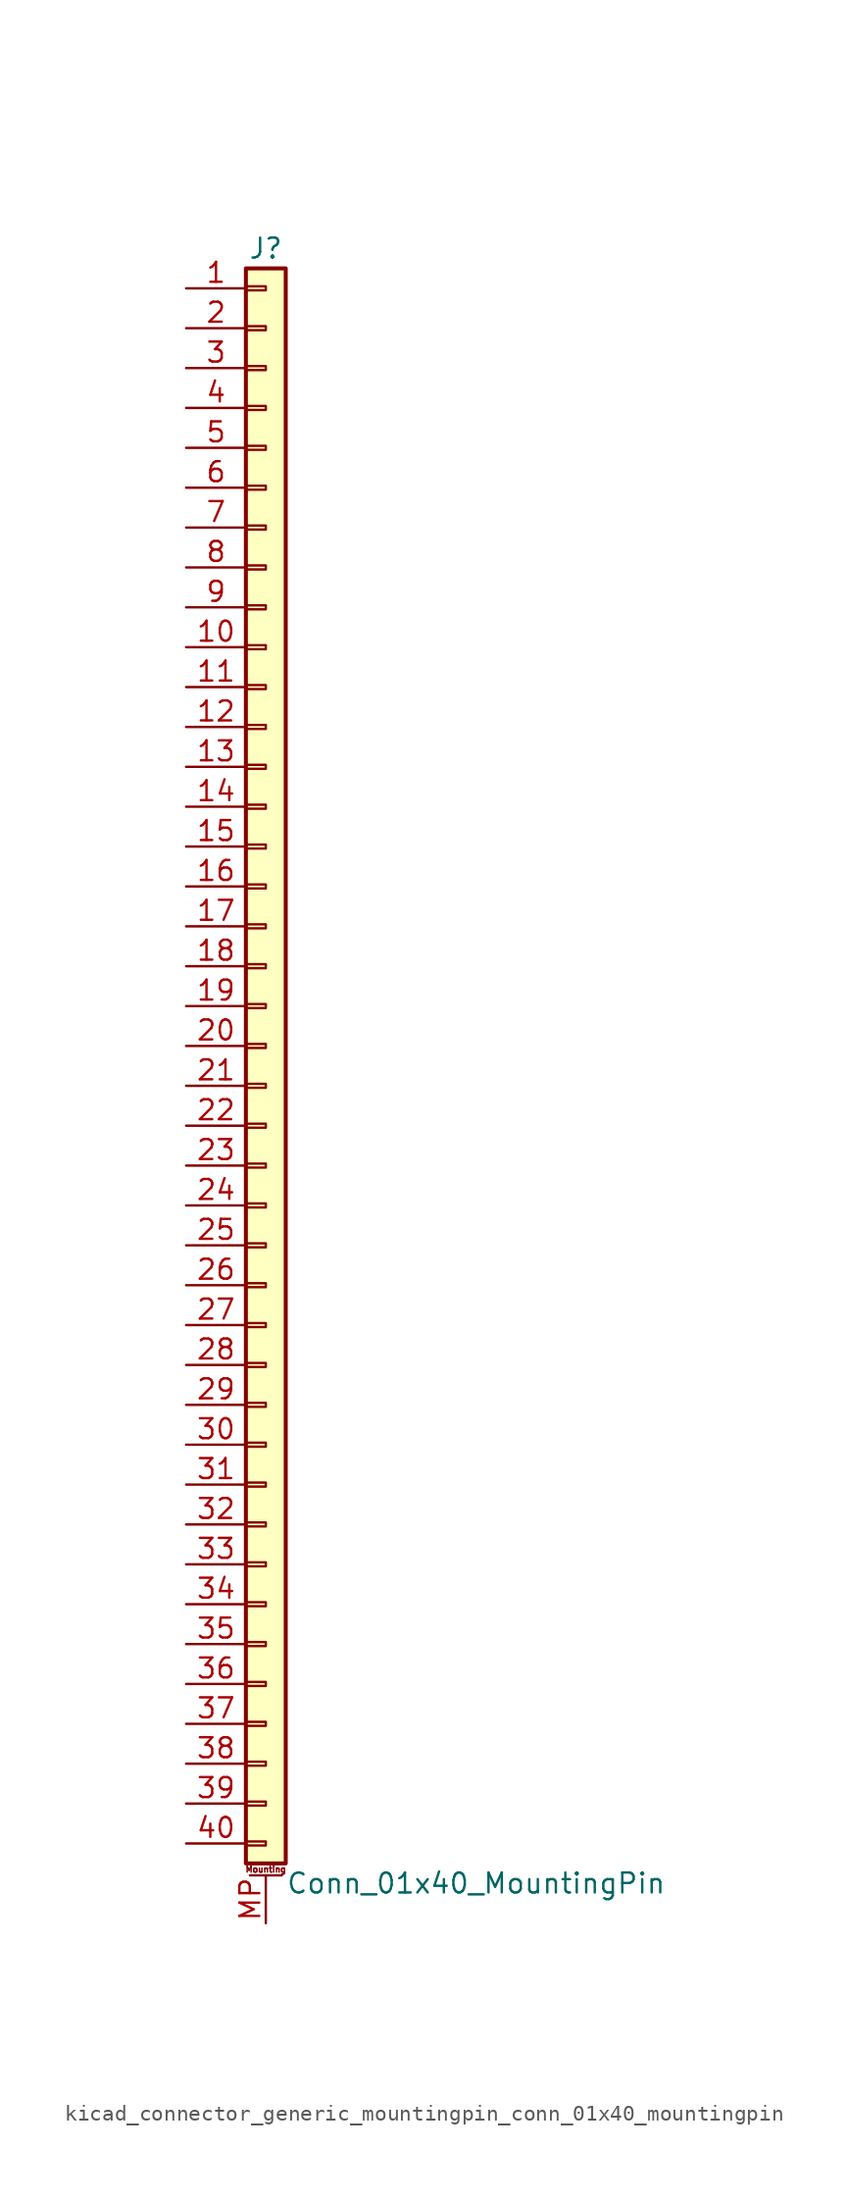
<source format=kicad_sym>
(kicad_symbol_lib
  (version 20220914)
  (generator kicad_symbol_editor)
  (symbol "kicad_connector_generic_mountingpin_conn_01x40_mountingpin"
    (pin_names
      (offset 1.016) hide)
    (property "Reference" "J"
      (at 0 50.8 0)
      (effects (font (size 1.27 1.27))))
    (property "Value" "Conn_01x40_MountingPin"
      (at 1.27 -53.34 0)
      (effects (font (size 1.27 1.27)) (justify left)))
    (symbol "kicad_connector_generic_mountingpin_conn_01x40_mountingpin_1_1"
      (rectangle (start -1.27 -50.673) (end 0 -50.927) (stroke (width 0.152) (type default)) (fill (type none)))
      (rectangle (start -1.27 -48.133) (end 0 -48.387) (stroke (width 0.152) (type default)) (fill (type none)))
      (rectangle (start -1.27 -45.593) (end 0 -45.847) (stroke (width 0.152) (type default)) (fill (type none)))
      (rectangle (start -1.27 -43.053) (end 0 -43.307) (stroke (width 0.152) (type default)) (fill (type none)))
      (rectangle (start -1.27 -40.513) (end 0 -40.767) (stroke (width 0.152) (type default)) (fill (type none)))
      (rectangle (start -1.27 -37.973) (end 0 -38.227) (stroke (width 0.152) (type default)) (fill (type none)))
      (rectangle (start -1.27 -35.433) (end 0 -35.687) (stroke (width 0.152) (type default)) (fill (type none)))
      (rectangle (start -1.27 -32.893) (end 0 -33.147) (stroke (width 0.152) (type default)) (fill (type none)))
      (rectangle (start -1.27 -30.353) (end 0 -30.607) (stroke (width 0.152) (type default)) (fill (type none)))
      (rectangle (start -1.27 -27.813) (end 0 -28.067) (stroke (width 0.152) (type default)) (fill (type none)))
      (rectangle (start -1.27 -25.273) (end 0 -25.527) (stroke (width 0.152) (type default)) (fill (type none)))
      (rectangle (start -1.27 -22.733) (end 0 -22.987) (stroke (width 0.152) (type default)) (fill (type none)))
      (rectangle (start -1.27 -20.193) (end 0 -20.447) (stroke (width 0.152) (type default)) (fill (type none)))
      (rectangle (start -1.27 -17.653) (end 0 -17.907) (stroke (width 0.152) (type default)) (fill (type none)))
      (rectangle (start -1.27 -15.113) (end 0 -15.367) (stroke (width 0.152) (type default)) (fill (type none)))
      (rectangle (start -1.27 -12.573) (end 0 -12.827) (stroke (width 0.152) (type default)) (fill (type none)))
      (rectangle (start -1.27 -10.033) (end 0 -10.287) (stroke (width 0.152) (type default)) (fill (type none)))
      (rectangle (start -1.27 -7.493) (end 0 -7.747) (stroke (width 0.152) (type default)) (fill (type none)))
      (rectangle (start -1.27 -4.953) (end 0 -5.207) (stroke (width 0.152) (type default)) (fill (type none)))
      (rectangle (start -1.27 -2.413) (end 0 -2.667) (stroke (width 0.152) (type default)) (fill (type none)))
      (rectangle (start -1.27 0.127) (end 0 -0.127) (stroke (width 0.152) (type default)) (fill (type none)))
      (rectangle (start -1.27 2.667) (end 0 2.413) (stroke (width 0.152) (type default)) (fill (type none)))
      (rectangle (start -1.27 5.207) (end 0 4.953) (stroke (width 0.152) (type default)) (fill (type none)))
      (rectangle (start -1.27 7.747) (end 0 7.493) (stroke (width 0.152) (type default)) (fill (type none)))
      (rectangle (start -1.27 10.287) (end 0 10.033) (stroke (width 0.152) (type default)) (fill (type none)))
      (rectangle (start -1.27 12.827) (end 0 12.573) (stroke (width 0.152) (type default)) (fill (type none)))
      (rectangle (start -1.27 15.367) (end 0 15.113) (stroke (width 0.152) (type default)) (fill (type none)))
      (rectangle (start -1.27 17.907) (end 0 17.653) (stroke (width 0.152) (type default)) (fill (type none)))
      (rectangle (start -1.27 20.447) (end 0 20.193) (stroke (width 0.152) (type default)) (fill (type none)))
      (rectangle (start -1.27 22.987) (end 0 22.733) (stroke (width 0.152) (type default)) (fill (type none)))
      (rectangle (start -1.27 25.527) (end 0 25.273) (stroke (width 0.152) (type default)) (fill (type none)))
      (rectangle (start -1.27 28.067) (end 0 27.813) (stroke (width 0.152) (type default)) (fill (type none)))
      (rectangle (start -1.27 30.607) (end 0 30.353) (stroke (width 0.152) (type default)) (fill (type none)))
      (rectangle (start -1.27 33.147) (end 0 32.893) (stroke (width 0.152) (type default)) (fill (type none)))
      (rectangle (start -1.27 35.687) (end 0 35.433) (stroke (width 0.152) (type default)) (fill (type none)))
      (rectangle (start -1.27 38.227) (end 0 37.973) (stroke (width 0.152) (type default)) (fill (type none)))
      (rectangle (start -1.27 40.767) (end 0 40.513) (stroke (width 0.152) (type default)) (fill (type none)))
      (rectangle (start -1.27 43.307) (end 0 43.053) (stroke (width 0.152) (type default)) (fill (type none)))
      (rectangle (start -1.27 45.847) (end 0 45.593) (stroke (width 0.152) (type default)) (fill (type none)))
      (rectangle (start -1.27 48.387) (end 0 48.133) (stroke (width 0.152) (type default)) (fill (type none)))
      (rectangle (start -1.27 49.53) (end 1.27 -52.07) (stroke (width 0.254) (type default)) (fill (type background)))
      (polyline (pts (xy -1.016 -52.832) (xy 1.016 -52.832)) (stroke (width 0.152) (type default)) (fill (type none)))
      (text "Mounting" (at 0 -52.451 0) (effects (font (size 0.381 0.381))))
      (pin passive line (at -5.08 48.26 0) (length 3.81) (name "Pin_1" (effects (font (size 1.27 1.27)))) (number "1" (effects (font (size 1.27 1.27)))))
      (pin passive line (at -5.08 25.4 0) (length 3.81) (name "Pin_10" (effects (font (size 1.27 1.27)))) (number "10" (effects (font (size 1.27 1.27)))))
      (pin passive line (at -5.08 22.86 0) (length 3.81) (name "Pin_11" (effects (font (size 1.27 1.27)))) (number "11" (effects (font (size 1.27 1.27)))))
      (pin passive line (at -5.08 20.32 0) (length 3.81) (name "Pin_12" (effects (font (size 1.27 1.27)))) (number "12" (effects (font (size 1.27 1.27)))))
      (pin passive line (at -5.08 17.78 0) (length 3.81) (name "Pin_13" (effects (font (size 1.27 1.27)))) (number "13" (effects (font (size 1.27 1.27)))))
      (pin passive line (at -5.08 15.24 0) (length 3.81) (name "Pin_14" (effects (font (size 1.27 1.27)))) (number "14" (effects (font (size 1.27 1.27)))))
      (pin passive line (at -5.08 12.7 0) (length 3.81) (name "Pin_15" (effects (font (size 1.27 1.27)))) (number "15" (effects (font (size 1.27 1.27)))))
      (pin passive line (at -5.08 10.16 0) (length 3.81) (name "Pin_16" (effects (font (size 1.27 1.27)))) (number "16" (effects (font (size 1.27 1.27)))))
      (pin passive line (at -5.08 7.62 0) (length 3.81) (name "Pin_17" (effects (font (size 1.27 1.27)))) (number "17" (effects (font (size 1.27 1.27)))))
      (pin passive line (at -5.08 5.08 0) (length 3.81) (name "Pin_18" (effects (font (size 1.27 1.27)))) (number "18" (effects (font (size 1.27 1.27)))))
      (pin passive line (at -5.08 2.54 0) (length 3.81) (name "Pin_19" (effects (font (size 1.27 1.27)))) (number "19" (effects (font (size 1.27 1.27)))))
      (pin passive line (at -5.08 45.72 0) (length 3.81) (name "Pin_2" (effects (font (size 1.27 1.27)))) (number "2" (effects (font (size 1.27 1.27)))))
      (pin passive line (at -5.08 0 0) (length 3.81) (name "Pin_20" (effects (font (size 1.27 1.27)))) (number "20" (effects (font (size 1.27 1.27)))))
      (pin passive line (at -5.08 -2.54 0) (length 3.81) (name "Pin_21" (effects (font (size 1.27 1.27)))) (number "21" (effects (font (size 1.27 1.27)))))
      (pin passive line (at -5.08 -5.08 0) (length 3.81) (name "Pin_22" (effects (font (size 1.27 1.27)))) (number "22" (effects (font (size 1.27 1.27)))))
      (pin passive line (at -5.08 -7.62 0) (length 3.81) (name "Pin_23" (effects (font (size 1.27 1.27)))) (number "23" (effects (font (size 1.27 1.27)))))
      (pin passive line (at -5.08 -10.16 0) (length 3.81) (name "Pin_24" (effects (font (size 1.27 1.27)))) (number "24" (effects (font (size 1.27 1.27)))))
      (pin passive line (at -5.08 -12.7 0) (length 3.81) (name "Pin_25" (effects (font (size 1.27 1.27)))) (number "25" (effects (font (size 1.27 1.27)))))
      (pin passive line (at -5.08 -15.24 0) (length 3.81) (name "Pin_26" (effects (font (size 1.27 1.27)))) (number "26" (effects (font (size 1.27 1.27)))))
      (pin passive line (at -5.08 -17.78 0) (length 3.81) (name "Pin_27" (effects (font (size 1.27 1.27)))) (number "27" (effects (font (size 1.27 1.27)))))
      (pin passive line (at -5.08 -20.32 0) (length 3.81) (name "Pin_28" (effects (font (size 1.27 1.27)))) (number "28" (effects (font (size 1.27 1.27)))))
      (pin passive line (at -5.08 -22.86 0) (length 3.81) (name "Pin_29" (effects (font (size 1.27 1.27)))) (number "29" (effects (font (size 1.27 1.27)))))
      (pin passive line (at -5.08 43.18 0) (length 3.81) (name "Pin_3" (effects (font (size 1.27 1.27)))) (number "3" (effects (font (size 1.27 1.27)))))
      (pin passive line (at -5.08 -25.4 0) (length 3.81) (name "Pin_30" (effects (font (size 1.27 1.27)))) (number "30" (effects (font (size 1.27 1.27)))))
      (pin passive line (at -5.08 -27.94 0) (length 3.81) (name "Pin_31" (effects (font (size 1.27 1.27)))) (number "31" (effects (font (size 1.27 1.27)))))
      (pin passive line (at -5.08 -30.48 0) (length 3.81) (name "Pin_32" (effects (font (size 1.27 1.27)))) (number "32" (effects (font (size 1.27 1.27)))))
      (pin passive line (at -5.08 -33.02 0) (length 3.81) (name "Pin_33" (effects (font (size 1.27 1.27)))) (number "33" (effects (font (size 1.27 1.27)))))
      (pin passive line (at -5.08 -35.56 0) (length 3.81) (name "Pin_34" (effects (font (size 1.27 1.27)))) (number "34" (effects (font (size 1.27 1.27)))))
      (pin passive line (at -5.08 -38.1 0) (length 3.81) (name "Pin_35" (effects (font (size 1.27 1.27)))) (number "35" (effects (font (size 1.27 1.27)))))
      (pin passive line (at -5.08 -40.64 0) (length 3.81) (name "Pin_36" (effects (font (size 1.27 1.27)))) (number "36" (effects (font (size 1.27 1.27)))))
      (pin passive line (at -5.08 -43.18 0) (length 3.81) (name "Pin_37" (effects (font (size 1.27 1.27)))) (number "37" (effects (font (size 1.27 1.27)))))
      (pin passive line (at -5.08 -45.72 0) (length 3.81) (name "Pin_38" (effects (font (size 1.27 1.27)))) (number "38" (effects (font (size 1.27 1.27)))))
      (pin passive line (at -5.08 -48.26 0) (length 3.81) (name "Pin_39" (effects (font (size 1.27 1.27)))) (number "39" (effects (font (size 1.27 1.27)))))
      (pin passive line (at -5.08 40.64 0) (length 3.81) (name "Pin_4" (effects (font (size 1.27 1.27)))) (number "4" (effects (font (size 1.27 1.27)))))
      (pin passive line (at -5.08 -50.8 0) (length 3.81) (name "Pin_40" (effects (font (size 1.27 1.27)))) (number "40" (effects (font (size 1.27 1.27)))))
      (pin passive line (at -5.08 38.1 0) (length 3.81) (name "Pin_5" (effects (font (size 1.27 1.27)))) (number "5" (effects (font (size 1.27 1.27)))))
      (pin passive line (at -5.08 35.56 0) (length 3.81) (name "Pin_6" (effects (font (size 1.27 1.27)))) (number "6" (effects (font (size 1.27 1.27)))))
      (pin passive line (at -5.08 33.02 0) (length 3.81) (name "Pin_7" (effects (font (size 1.27 1.27)))) (number "7" (effects (font (size 1.27 1.27)))))
      (pin passive line (at -5.08 30.48 0) (length 3.81) (name "Pin_8" (effects (font (size 1.27 1.27)))) (number "8" (effects (font (size 1.27 1.27)))))
      (pin passive line (at -5.08 27.94 0) (length 3.81) (name "Pin_9" (effects (font (size 1.27 1.27)))) (number "9" (effects (font (size 1.27 1.27)))))
      (pin passive line (at 0 -55.88 90) (length 3.048) (name "MountPin" (effects (font (size 1.27 1.27)))) (number "MP" (effects (font (size 1.27 1.27))))))))
</source>
